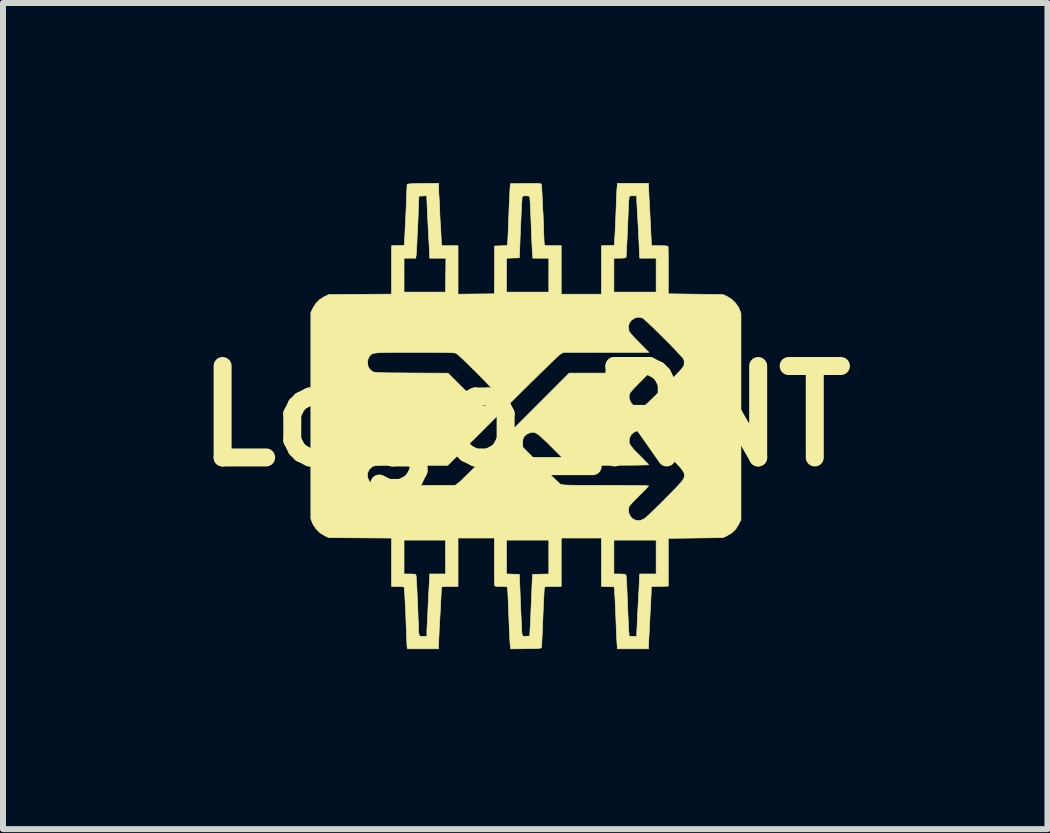
<source format=kicad_pcb>
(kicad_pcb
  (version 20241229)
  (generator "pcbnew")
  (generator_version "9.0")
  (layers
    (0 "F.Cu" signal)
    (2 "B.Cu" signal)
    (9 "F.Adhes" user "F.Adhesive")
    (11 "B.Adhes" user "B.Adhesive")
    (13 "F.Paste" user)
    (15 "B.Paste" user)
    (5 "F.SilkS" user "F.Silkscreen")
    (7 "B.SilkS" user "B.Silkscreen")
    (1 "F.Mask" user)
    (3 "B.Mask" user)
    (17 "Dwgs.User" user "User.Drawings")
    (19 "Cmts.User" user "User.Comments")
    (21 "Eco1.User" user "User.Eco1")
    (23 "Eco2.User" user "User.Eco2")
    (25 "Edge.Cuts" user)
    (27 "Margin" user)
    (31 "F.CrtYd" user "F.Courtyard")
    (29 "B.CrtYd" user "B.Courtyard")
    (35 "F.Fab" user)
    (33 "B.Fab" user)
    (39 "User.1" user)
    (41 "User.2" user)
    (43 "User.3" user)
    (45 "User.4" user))
  (footprint "Logo_RNT"
    (layer "F.Cu")
    (at 5.704 3.885)
    (property "Reference" "Logo_RNT" (at 0 0 0) (layer "F.SilkS") (effects (font (size 1.524 1.524) (thickness 0.3))))
    (attr through_hole)
    (fp_poly (pts (xy -1.442 -3.79) (xy -1.441 -3.744) (xy -1.44 -3.704) (xy -1.438 -3.679) (xy -1.438 -3.677) (xy -1.436 -3.658) (xy -1.434 -3.621) (xy -1.431 -3.569) (xy -1.428 -3.507) (xy -1.426 -3.459) (xy -1.424 -3.389) (xy -1.421 -3.321) (xy -1.418 -3.262) (xy -1.415 -3.217) (xy -1.414 -3.199) (xy -1.411 -3.162) (xy -1.408 -3.109) (xy -1.405 -3.047) (xy -1.402 -2.987) (xy -1.395 -2.84) (xy -1.12 -2.84) (xy -1.12 -2.032) (xy -0.514 -2.038) (xy -0.512 -2.436) (xy -0.512 -2.631) (xy -0.312 -2.631) (xy -0.312 -2.067) (xy 0.393 -2.067) (xy 0.393 -2.632) (xy 0.128 -2.632) (xy 0.122 -2.681) (xy 0.12 -2.706) (xy 0.118 -2.75) (xy 0.115 -2.81) (xy 0.111 -2.882) (xy 0.108 -2.963) (xy 0.104 -3.048) (xy 0.099 -3.189) (xy 0.094 -3.308) (xy 0.09 -3.407) (xy 0.086 -3.487) (xy 0.083 -3.55) (xy 0.08 -3.597) (xy 0.078 -3.63) (xy 0.076 -3.65) (xy 0.074 -3.657) (xy 0.06 -3.667) (xy 0.027 -3.671) (xy 0.012 -3.671) (xy -0.023 -3.67) (xy -0.041 -3.664) (xy -0.05 -3.652) (xy -0.051 -3.645) (xy -0.053 -3.626) (xy -0.056 -3.586) (xy -0.06 -3.526) (xy -0.064 -3.448) (xy -0.068 -3.355) (xy -0.073 -3.248) (xy -0.078 -3.129) (xy -0.084 -3) (xy -0.089 -2.862) (xy -0.09 -2.834) (xy -0.098 -2.638) (xy -0.205 -2.635) (xy -0.312 -2.631) (xy -0.512 -2.631) (xy -0.511 -2.834) (xy -0.406 -2.838) (xy -0.356 -2.84) (xy -0.324 -2.843) (xy -0.307 -2.848) (xy -0.298 -2.856) (xy -0.295 -2.867) (xy -0.293 -2.886) (xy -0.291 -2.925) (xy -0.288 -2.977) (xy -0.285 -3.04) (xy -0.283 -3.094) (xy -0.281 -3.165) (xy -0.278 -3.245) (xy -0.274 -3.332) (xy -0.271 -3.422) (xy -0.267 -3.512) (xy -0.263 -3.597) (xy -0.259 -3.676) (xy -0.256 -3.743) (xy -0.253 -3.797) (xy -0.251 -3.833) (xy -0.249 -3.845) (xy -0.246 -3.873) (xy 0.009 -3.877) (xy 0.092 -3.877) (xy 0.155 -3.878) (xy 0.201 -3.877) (xy 0.232 -3.876) (xy 0.252 -3.873) (xy 0.263 -3.869) (xy 0.268 -3.863) (xy 0.27 -3.859) (xy 0.272 -3.841) (xy 0.275 -3.804) (xy 0.278 -3.753) (xy 0.281 -3.693) (xy 0.283 -3.654) (xy 0.285 -3.587) (xy 0.288 -3.523) (xy 0.291 -3.469) (xy 0.293 -3.43) (xy 0.294 -3.417) (xy 0.296 -3.39) (xy 0.299 -3.344) (xy 0.301 -3.284) (xy 0.304 -3.214) (xy 0.306 -3.138) (xy 0.306 -3.123) (xy 0.309 -3.049) (xy 0.311 -2.983) (xy 0.314 -2.927) (xy 0.316 -2.886) (xy 0.319 -2.863) (xy 0.319 -2.86) (xy 0.324 -2.852) (xy 0.335 -2.846) (xy 0.358 -2.842) (xy 0.394 -2.841) (xy 0.449 -2.84) (xy 0.463 -2.84) (xy 0.6 -2.84) (xy 0.6 -2.032) (xy 1.27 -2.032) (xy 1.27 -2.632) (xy 1.478 -2.632) (xy 1.478 -2.067) (xy 2.182 -2.067) (xy 2.182 -2.632) (xy 1.908 -2.632) (xy 1.9 -2.797) (xy 1.896 -2.898) (xy 1.891 -3.001) (xy 1.886 -3.102) (xy 1.881 -3.198) (xy 1.876 -3.286) (xy 1.872 -3.362) (xy 1.868 -3.423) (xy 1.866 -3.465) (xy 1.865 -3.475) (xy 1.862 -3.526) (xy 1.86 -3.582) (xy 1.859 -3.605) (xy 1.859 -3.671) (xy 1.795 -3.671) (xy 1.759 -3.671) (xy 1.74 -3.666) (xy 1.732 -3.657) (xy 1.731 -3.645) (xy 1.729 -3.616) (xy 1.727 -3.602) (xy 1.725 -3.585) (xy 1.723 -3.55) (xy 1.721 -3.499) (xy 1.718 -3.437) (xy 1.716 -3.377) (xy 1.711 -3.264) (xy 1.707 -3.153) (xy 1.702 -3.047) (xy 1.698 -2.948) (xy 1.693 -2.859) (xy 1.689 -2.783) (xy 1.686 -2.721) (xy 1.683 -2.676) (xy 1.681 -2.651) (xy 1.68 -2.647) (xy 1.667 -2.639) (xy 1.636 -2.634) (xy 1.583 -2.632) (xy 1.576 -2.632) (xy 1.478 -2.632) (xy 1.27 -2.632) (xy 1.27 -2.839) (xy 1.377 -2.843) (xy 1.484 -2.846) (xy 1.491 -2.95) (xy 1.496 -3.032) (xy 1.501 -3.137) (xy 1.507 -3.263) (xy 1.513 -3.41) (xy 1.519 -3.577) (xy 1.52 -3.585) (xy 1.522 -3.653) (xy 1.525 -3.713) (xy 1.527 -3.762) (xy 1.529 -3.796) (xy 1.531 -3.81) (xy 1.534 -3.836) (xy 1.535 -3.853) (xy 1.536 -3.879) (xy 2.055 -3.879) (xy 2.055 -3.847) (xy 2.056 -3.827) (xy 2.057 -3.787) (xy 2.06 -3.731) (xy 2.063 -3.662) (xy 2.067 -3.584) (xy 2.072 -3.499) (xy 2.072 -3.497) (xy 2.077 -3.403) (xy 2.082 -3.305) (xy 2.086 -3.211) (xy 2.091 -3.124) (xy 2.094 -3.051) (xy 2.096 -3.01) (xy 2.104 -2.84) (xy 2.24 -2.84) (xy 2.304 -2.839) (xy 2.347 -2.837) (xy 2.372 -2.832) (xy 2.381 -2.826) (xy 2.382 -2.811) (xy 2.383 -2.776) (xy 2.384 -2.724) (xy 2.384 -2.657) (xy 2.385 -2.578) (xy 2.385 -2.49) (xy 2.385 -2.425) (xy 2.384 -2.038) (xy 2.84 -2.032) (xy 3.296 -2.026) (xy 3.365 -1.994) (xy 3.438 -1.949) (xy 3.503 -1.887) (xy 3.553 -1.816) (xy 3.57 -1.78) (xy 3.596 -1.714) (xy 3.596 1.726) (xy 3.559 1.803) (xy 3.508 1.883) (xy 3.443 1.947) (xy 3.361 1.996) (xy 3.296 2.026) (xy 2.84 2.032) (xy 2.384 2.038) (xy 2.384 2.834) (xy 2.243 2.838) (xy 2.101 2.841) (xy 2.101 2.884) (xy 2.101 2.899) (xy 2.1 2.917) (xy 2.1 2.941) (xy 2.098 2.973) (xy 2.096 3.014) (xy 2.094 3.068) (xy 2.09 3.136) (xy 2.086 3.22) (xy 2.08 3.322) (xy 2.074 3.444) (xy 2.072 3.478) (xy 2.068 3.564) (xy 2.064 3.644) (xy 2.06 3.715) (xy 2.057 3.774) (xy 2.056 3.816) (xy 2.055 3.839) (xy 2.055 3.839) (xy 2.055 3.879) (xy 1.537 3.879) (xy 1.531 3.807) (xy 1.529 3.777) (xy 1.526 3.727) (xy 1.523 3.662) (xy 1.519 3.585) (xy 1.516 3.499) (xy 1.512 3.409) (xy 1.512 3.394) (xy 1.508 3.302) (xy 1.504 3.211) (xy 1.5 3.127) (xy 1.497 3.053) (xy 1.494 2.994) (xy 1.491 2.953) (xy 1.491 2.95) (xy 1.484 2.846) (xy 1.377 2.843) (xy 1.27 2.839) (xy 1.27 2.067) (xy 1.478 2.067) (xy 1.478 2.632) (xy 1.576 2.632) (xy 1.631 2.634) (xy 1.665 2.638) (xy 1.679 2.646) (xy 1.679 2.647) (xy 1.682 2.664) (xy 1.685 2.699) (xy 1.689 2.754) (xy 1.693 2.829) (xy 1.697 2.924) (xy 1.702 3.041) (xy 1.707 3.18) (xy 1.709 3.215) (xy 1.712 3.302) (xy 1.716 3.385) (xy 1.719 3.461) (xy 1.722 3.525) (xy 1.725 3.573) (xy 1.727 3.599) (xy 1.734 3.671) (xy 1.859 3.671) (xy 1.859 3.628) (xy 1.859 3.605) (xy 1.861 3.563) (xy 1.864 3.504) (xy 1.867 3.433) (xy 1.871 3.354) (xy 1.875 3.273) (xy 1.88 3.179) (xy 1.885 3.083) (xy 1.89 2.99) (xy 1.895 2.905) (xy 1.898 2.834) (xy 1.9 2.797) (xy 1.908 2.632) (xy 2.182 2.632) (xy 2.182 2.067) (xy 1.478 2.067) (xy 1.27 2.067) (xy 1.27 2.032) (xy 0.6 2.032) (xy 0.6 2.84) (xy 0.462 2.84) (xy 0.404 2.84) (xy 0.364 2.841) (xy 0.34 2.844) (xy 0.327 2.849) (xy 0.321 2.857) (xy 0.319 2.866) (xy 0.317 2.883) (xy 0.315 2.92) (xy 0.312 2.976) (xy 0.308 3.046) (xy 0.304 3.129) (xy 0.3 3.223) (xy 0.296 3.323) (xy 0.295 3.361) (xy 0.29 3.463) (xy 0.286 3.559) (xy 0.283 3.646) (xy 0.279 3.72) (xy 0.276 3.781) (xy 0.274 3.824) (xy 0.273 3.848) (xy 0.272 3.851) (xy 0.27 3.859) (xy 0.264 3.864) (xy 0.251 3.868) (xy 0.228 3.871) (xy 0.193 3.873) (xy 0.143 3.875) (xy 0.074 3.876) (xy 0.014 3.877) (xy -0.241 3.88) (xy -0.247 3.842) (xy -0.25 3.817) (xy -0.253 3.782) (xy -0.256 3.734) (xy -0.26 3.672) (xy -0.263 3.594) (xy -0.267 3.498) (xy -0.272 3.382) (xy -0.277 3.246) (xy -0.277 3.239) (xy -0.281 3.15) (xy -0.284 3.068) (xy -0.287 2.996) (xy -0.29 2.937) (xy -0.293 2.894) (xy -0.295 2.869) (xy -0.295 2.866) (xy -0.299 2.854) (xy -0.308 2.846) (xy -0.327 2.842) (xy -0.359 2.84) (xy -0.403 2.84) (xy -0.459 2.839) (xy -0.493 2.835) (xy -0.509 2.828) (xy -0.51 2.826) (xy -0.511 2.811) (xy -0.512 2.776) (xy -0.513 2.724) (xy -0.513 2.657) (xy -0.514 2.578) (xy -0.514 2.489) (xy -0.514 2.422) (xy -0.514 2.067) (xy -0.312 2.067) (xy -0.312 2.631) (xy -0.205 2.635) (xy -0.098 2.638) (xy -0.096 2.696) (xy -0.095 2.723) (xy -0.093 2.77) (xy -0.09 2.832) (xy -0.087 2.905) (xy -0.084 2.986) (xy -0.081 3.054) (xy -0.076 3.187) (xy -0.071 3.299) (xy -0.067 3.392) (xy -0.063 3.467) (xy -0.06 3.526) (xy -0.058 3.572) (xy -0.056 3.605) (xy -0.053 3.628) (xy -0.051 3.643) (xy -0.051 3.646) (xy -0.045 3.662) (xy -0.033 3.669) (xy -0.008 3.67) (xy 0.015 3.669) (xy 0.075 3.666) (xy 0.082 3.533) (xy 0.085 3.485) (xy 0.088 3.42) (xy 0.092 3.34) (xy 0.095 3.251) (xy 0.099 3.157) (xy 0.103 3.065) (xy 0.107 2.977) (xy 0.11 2.895) (xy 0.113 2.821) (xy 0.116 2.759) (xy 0.118 2.713) (xy 0.119 2.687) (xy 0.119 2.684) (xy 0.122 2.638) (xy 0.257 2.635) (xy 0.393 2.632) (xy 0.393 2.067) (xy -0.312 2.067) (xy -0.514 2.067) (xy -0.514 2.032) (xy -1.12 2.032) (xy -1.12 2.84) (xy -1.258 2.84) (xy -1.317 2.84) (xy -1.357 2.842) (xy -1.381 2.845) (xy -1.393 2.85) (xy -1.397 2.857) (xy -1.397 2.86) (xy -1.398 2.882) (xy -1.399 2.922) (xy -1.402 2.977) (xy -1.405 3.043) (xy -1.409 3.114) (xy -1.413 3.186) (xy -1.416 3.256) (xy -1.42 3.32) (xy -1.423 3.371) (xy -1.425 3.408) (xy -1.425 3.412) (xy -1.428 3.452) (xy -1.431 3.508) (xy -1.434 3.576) (xy -1.437 3.648) (xy -1.439 3.686) (xy -1.446 3.879) (xy -1.962 3.879) (xy -1.968 3.853) (xy -1.97 3.834) (xy -1.972 3.795) (xy -1.975 3.742) (xy -1.977 3.679) (xy -1.979 3.625) (xy -1.982 3.541) (xy -1.986 3.451) (xy -1.989 3.357) (xy -1.993 3.264) (xy -1.998 3.173) (xy -2.002 3.088) (xy -2.006 3.012) (xy -2.009 2.949) (xy -2.013 2.901) (xy -2.015 2.872) (xy -2.016 2.866) (xy -2.02 2.854) (xy -2.028 2.846) (xy -2.047 2.842) (xy -2.079 2.84) (xy -2.125 2.84) (xy -2.228 2.84) (xy -2.228 2.067) (xy -2.02 2.067) (xy -2.02 2.632) (xy -1.923 2.632) (xy -1.875 2.633) (xy -1.845 2.635) (xy -1.829 2.64) (xy -1.822 2.648) (xy -1.819 2.658) (xy -1.817 2.678) (xy -1.814 2.718) (xy -1.811 2.775) (xy -1.807 2.846) (xy -1.803 2.928) (xy -1.799 3.018) (xy -1.795 3.113) (xy -1.791 3.209) (xy -1.787 3.305) (xy -1.784 3.397) (xy -1.783 3.417) (xy -1.78 3.5) (xy -1.778 3.563) (xy -1.775 3.608) (xy -1.77 3.639) (xy -1.763 3.658) (xy -1.753 3.667) (xy -1.738 3.671) (xy -1.719 3.672) (xy -1.703 3.671) (xy -1.639 3.671) (xy -1.639 3.588) (xy -1.638 3.543) (xy -1.636 3.505) (xy -1.634 3.481) (xy -1.634 3.481) (xy -1.632 3.462) (xy -1.63 3.424) (xy -1.628 3.373) (xy -1.625 3.311) (xy -1.623 3.267) (xy -1.62 3.183) (xy -1.615 3.087) (xy -1.61 2.991) (xy -1.606 2.906) (xy -1.605 2.892) (xy -1.601 2.826) (xy -1.598 2.766) (xy -1.595 2.715) (xy -1.594 2.681) (xy -1.594 2.67) (xy -1.593 2.632) (xy -1.328 2.632) (xy -1.328 2.067) (xy -2.02 2.067) (xy -2.228 2.067) (xy -2.228 2.033) (xy -3.273 2.026) (xy -3.342 1.994) (xy -3.415 1.949) (xy -3.48 1.887) (xy -3.53 1.816) (xy -3.547 1.78) (xy -3.573 1.714) (xy -3.573 0.957) (xy -2.629 0.957) (xy -2.629 1.013) (xy -2.611 1.067) (xy -2.574 1.112) (xy -2.549 1.132) (xy -2.54 1.136) (xy -2.53 1.14) (xy -2.517 1.144) (xy -2.499 1.147) (xy -2.474 1.149) (xy -2.44 1.151) (xy -2.395 1.152) (xy -2.338 1.153) (xy -2.267 1.154) (xy -2.18 1.154) (xy -2.074 1.154) (xy -1.949 1.154) (xy -1.841 1.155) (xy -1.17 1.155) (xy -1.119 1.12) (xy -1.104 1.108) (xy -1.074 1.08) (xy -1.03 1.038) (xy -0.973 0.983) (xy -0.904 0.915) (xy -0.824 0.837) (xy -0.735 0.75) (xy -0.638 0.653) (xy -0.533 0.549) (xy -0.439 0.456) (xy -0.044 0.456) (xy -0.043 0.463) (xy -0.038 0.522) (xy 0.261 0.822) (xy 0.33 0.891) (xy 0.396 0.955) (xy 0.455 1.013) (xy 0.507 1.062) (xy 0.548 1.101) (xy 0.577 1.127) (xy 0.591 1.138) (xy 0.601 1.141) (xy 0.617 1.144) (xy 0.64 1.147) (xy 0.674 1.149) (xy 0.718 1.151) (xy 0.776 1.152) (xy 0.848 1.153) (xy 0.936 1.154) (xy 1.042 1.154) (xy 1.168 1.154) (xy 1.315 1.155) (xy 1.339 1.155) (xy 1.465 1.155) (xy 1.584 1.155) (xy 1.694 1.156) (xy 1.793 1.157) (xy 1.879 1.158) (xy 1.951 1.159) (xy 2.005 1.161) (xy 2.04 1.162) (xy 2.055 1.164) (xy 2.055 1.164) (xy 2.047 1.175) (xy 2.025 1.199) (xy 1.992 1.233) (xy 1.95 1.276) (xy 1.901 1.324) (xy 1.899 1.327) (xy 1.849 1.377) (xy 1.804 1.423) (xy 1.768 1.462) (xy 1.742 1.492) (xy 1.731 1.509) (xy 1.72 1.568) (xy 1.73 1.627) (xy 1.758 1.679) (xy 1.803 1.72) (xy 1.804 1.72) (xy 1.859 1.741) (xy 1.917 1.74) (xy 1.976 1.716) (xy 1.986 1.71) (xy 2.006 1.694) (xy 2.04 1.664) (xy 2.086 1.621) (xy 2.141 1.569) (xy 2.203 1.508) (xy 2.271 1.442) (xy 2.334 1.378) (xy 2.414 1.297) (xy 2.479 1.231) (xy 2.53 1.177) (xy 2.57 1.134) (xy 2.6 1.101) (xy 2.621 1.075) (xy 2.634 1.054) (xy 2.642 1.037) (xy 2.645 1.031) (xy 2.651 1.007) (xy 2.653 0.985) (xy 2.651 0.963) (xy 2.643 0.939) (xy 2.627 0.911) (xy 2.602 0.877) (xy 2.567 0.836) (xy 2.521 0.787) (xy 2.462 0.726) (xy 2.389 0.652) (xy 2.312 0.575) (xy 2.241 0.505) (xy 2.175 0.44) (xy 2.114 0.382) (xy 2.061 0.332) (xy 2.019 0.293) (xy 1.988 0.267) (xy 1.971 0.255) (xy 1.971 0.255) (xy 1.911 0.243) (xy 1.854 0.25) (xy 1.804 0.274) (xy 1.764 0.312) (xy 1.739 0.362) (xy 1.732 0.408) (xy 1.733 0.434) (xy 1.739 0.458) (xy 1.752 0.483) (xy 1.773 0.513) (xy 1.804 0.55) (xy 1.848 0.596) (xy 1.907 0.655) (xy 1.91 0.658) (xy 1.957 0.705) (xy 1.997 0.747) (xy 2.029 0.78) (xy 2.049 0.802) (xy 2.055 0.811) (xy 2.044 0.813) (xy 2.012 0.814) (xy 1.96 0.815) (xy 1.892 0.817) (xy 1.809 0.818) (xy 1.713 0.819) (xy 1.607 0.819) (xy 1.491 0.82) (xy 1.4 0.82) (xy 0.744 0.82) (xy 0.485 0.56) (xy 0.405 0.48) (xy 0.339 0.416) (xy 0.285 0.365) (xy 0.242 0.327) (xy 0.206 0.3) (xy 0.176 0.282) (xy 0.151 0.272) (xy 0.127 0.269) (xy 0.104 0.272) (xy 0.084 0.276) (xy 0.024 0.301) (xy -0.018 0.34) (xy -0.04 0.391) (xy -0.044 0.456) (xy -0.439 0.456) (xy -0.421 0.438) (xy -0.305 0.323) (xy -0.185 0.202) (xy -0.167 0.185) (xy 0.733 -0.716) (xy 1.397 -0.716) (xy 2.061 -0.716) (xy 1.909 -0.563) (xy 1.86 -0.513) (xy 1.816 -0.467) (xy 1.781 -0.428) (xy 1.756 -0.399) (xy 1.745 -0.385) (xy 1.731 -0.334) (xy 1.737 -0.279) (xy 1.761 -0.226) (xy 1.794 -0.186) (xy 1.831 -0.164) (xy 1.88 -0.153) (xy 1.932 -0.152) (xy 1.977 -0.163) (xy 1.981 -0.165) (xy 1.997 -0.177) (xy 2.026 -0.204) (xy 2.068 -0.243) (xy 2.12 -0.293) (xy 2.181 -0.352) (xy 2.247 -0.417) (xy 2.318 -0.488) (xy 2.328 -0.498) (xy 2.409 -0.58) (xy 2.474 -0.646) (xy 2.526 -0.7) (xy 2.567 -0.743) (xy 2.597 -0.776) (xy 2.619 -0.802) (xy 2.633 -0.822) (xy 2.642 -0.838) (xy 2.647 -0.852) (xy 2.649 -0.862) (xy 2.649 -0.922) (xy 2.64 -0.949) (xy 2.628 -0.967) (xy 2.602 -0.997) (xy 2.563 -1.04) (xy 2.514 -1.091) (xy 2.458 -1.15) (xy 2.396 -1.214) (xy 2.33 -1.28) (xy 2.263 -1.346) (xy 2.198 -1.411) (xy 2.135 -1.472) (xy 2.079 -1.526) (xy 2.03 -1.572) (xy 1.99 -1.607) (xy 1.964 -1.629) (xy 1.953 -1.636) (xy 1.9 -1.649) (xy 1.844 -1.641) (xy 1.812 -1.627) (xy 1.763 -1.591) (xy 1.732 -1.542) (xy 1.72 -1.484) (xy 1.729 -1.422) (xy 1.732 -1.412) (xy 1.744 -1.394) (xy 1.77 -1.363) (xy 1.806 -1.322) (xy 1.851 -1.274) (xy 1.901 -1.223) (xy 1.903 -1.221) (xy 2.061 -1.062) (xy 0.639 -1.062) (xy 0.591 -1.036) (xy 0.575 -1.024) (xy 0.544 -0.996) (xy 0.499 -0.954) (xy 0.439 -0.897) (xy 0.367 -0.827) (xy 0.282 -0.744) (xy 0.185 -0.649) (xy 0.077 -0.543) (xy -0.04 -0.427) (xy -0.167 -0.301) (xy -0.302 -0.167) (xy -0.374 -0.095) (xy -1.29 0.82) (xy -1.901 0.82) (xy -2.035 0.82) (xy -2.149 0.82) (xy -2.243 0.82) (xy -2.319 0.821) (xy -2.381 0.822) (xy -2.429 0.823) (xy -2.466 0.825) (xy -2.494 0.827) (xy -2.513 0.83) (xy -2.528 0.833) (xy -2.539 0.837) (xy -2.548 0.842) (xy -2.549 0.843) (xy -2.581 0.869) (xy -2.609 0.902) (xy -2.609 0.903) (xy -2.629 0.957) (xy -3.573 0.957) (xy -3.573 -0.889) (xy -2.627 -0.889) (xy -2.62 -0.83) (xy -2.596 -0.785) (xy -2.554 -0.748) (xy -2.546 -0.743) (xy -2.537 -0.738) (xy -2.526 -0.734) (xy -2.51 -0.731) (xy -2.488 -0.728) (xy -2.457 -0.726) (xy -2.417 -0.724) (xy -2.364 -0.723) (xy -2.298 -0.721) (xy -2.215 -0.72) (xy -2.114 -0.72) (xy -1.994 -0.719) (xy -1.899 -0.718) (xy -1.288 -0.715) (xy -1.022 -0.451) (xy -0.943 -0.373) (xy -0.879 -0.311) (xy -0.827 -0.261) (xy -0.785 -0.224) (xy -0.751 -0.198) (xy -0.723 -0.18) (xy -0.699 -0.17) (xy -0.677 -0.167) (xy -0.655 -0.168) (xy -0.641 -0.17) (xy -0.603 -0.18) (xy -0.574 -0.192) (xy -0.534 -0.225) (xy -0.505 -0.275) (xy -0.497 -0.303) (xy -0.493 -0.325) (xy -0.492 -0.346) (xy -0.496 -0.367) (xy -0.505 -0.39) (xy -0.522 -0.417) (xy -0.547 -0.449) (xy -0.583 -0.49) (xy -0.63 -0.54) (xy -0.689 -0.602) (xy -0.763 -0.677) (xy -0.812 -0.726) (xy -0.882 -0.795) (xy -0.948 -0.861) (xy -1.009 -0.919) (xy -1.061 -0.969) (xy -1.104 -1.008) (xy -1.135 -1.034) (xy -1.151 -1.046) (xy -1.151 -1.046) (xy -1.163 -1.05) (xy -1.182 -1.053) (xy -1.21 -1.055) (xy -1.248 -1.057) (xy -1.299 -1.059) (xy -1.363 -1.06) (xy -1.443 -1.061) (xy -1.541 -1.062) (xy -1.657 -1.062) (xy -1.795 -1.062) (xy -1.842 -1.062) (xy -1.987 -1.062) (xy -2.111 -1.062) (xy -2.215 -1.062) (xy -2.302 -1.061) (xy -2.373 -1.059) (xy -2.43 -1.057) (xy -2.475 -1.053) (xy -2.51 -1.049) (xy -2.536 -1.043) (xy -2.555 -1.035) (xy -2.569 -1.026) (xy -2.581 -1.015) (xy -2.591 -1.002) (xy -2.601 -0.989) (xy -2.619 -0.954) (xy -2.626 -0.912) (xy -2.627 -0.889) (xy -3.573 -0.889) (xy -3.573 -1.726) (xy -3.543 -1.79) (xy -3.494 -1.872) (xy -3.432 -1.936) (xy -3.356 -1.986) (xy -3.351 -1.988) (xy -3.274 -2.026) (xy -2.228 -2.033) (xy -2.228 -2.632) (xy -2.02 -2.632) (xy -2.02 -2.067) (xy -1.329 -2.067) (xy -1.325 -2.35) (xy -1.322 -2.632) (xy -1.593 -2.632) (xy -1.593 -2.664) (xy -1.594 -2.684) (xy -1.596 -2.723) (xy -1.598 -2.779) (xy -1.602 -2.847) (xy -1.606 -2.925) (xy -1.61 -2.996) (xy -1.615 -3.09) (xy -1.62 -3.19) (xy -1.625 -3.287) (xy -1.63 -3.377) (xy -1.633 -3.453) (xy -1.634 -3.484) (xy -1.642 -3.673) (xy -1.707 -3.669) (xy -1.772 -3.666) (xy -1.78 -3.469) (xy -1.783 -3.389) (xy -1.786 -3.303) (xy -1.79 -3.218) (xy -1.793 -3.145) (xy -1.794 -3.123) (xy -1.798 -3.049) (xy -1.802 -2.968) (xy -1.805 -2.89) (xy -1.808 -2.84) (xy -1.811 -2.783) (xy -1.814 -2.731) (xy -1.817 -2.69) (xy -1.82 -2.67) (xy -1.825 -2.632) (xy -2.02 -2.632) (xy -2.228 -2.632) (xy -2.228 -2.839) (xy -2.122 -2.843) (xy -2.015 -2.846) (xy -2.012 -2.904) (xy -2.011 -2.934) (xy -2.008 -2.982) (xy -2.005 -3.043) (xy -2.002 -3.113) (xy -1.998 -3.187) (xy -1.993 -3.277) (xy -1.989 -3.379) (xy -1.984 -3.483) (xy -1.98 -3.579) (xy -1.979 -3.625) (xy -1.976 -3.694) (xy -1.974 -3.756) (xy -1.971 -3.806) (xy -1.97 -3.841) (xy -1.969 -3.856) (xy -1.965 -3.862) (xy -1.954 -3.866) (xy -1.933 -3.87) (xy -1.899 -3.872) (xy -1.849 -3.874) (xy -1.782 -3.876) (xy -1.705 -3.877) (xy -1.443 -3.88) (xy -1.442 -3.79)) (stroke (width 0.01) (type solid)) (fill yes) (layer "F.SilkS")))
  (gr_rect
    (start -3 -3)
    (end 14.408 10.769)
    (stroke (width 0.1) (type default))
    (fill no)
    (layer "Edge.Cuts")))
</source>
